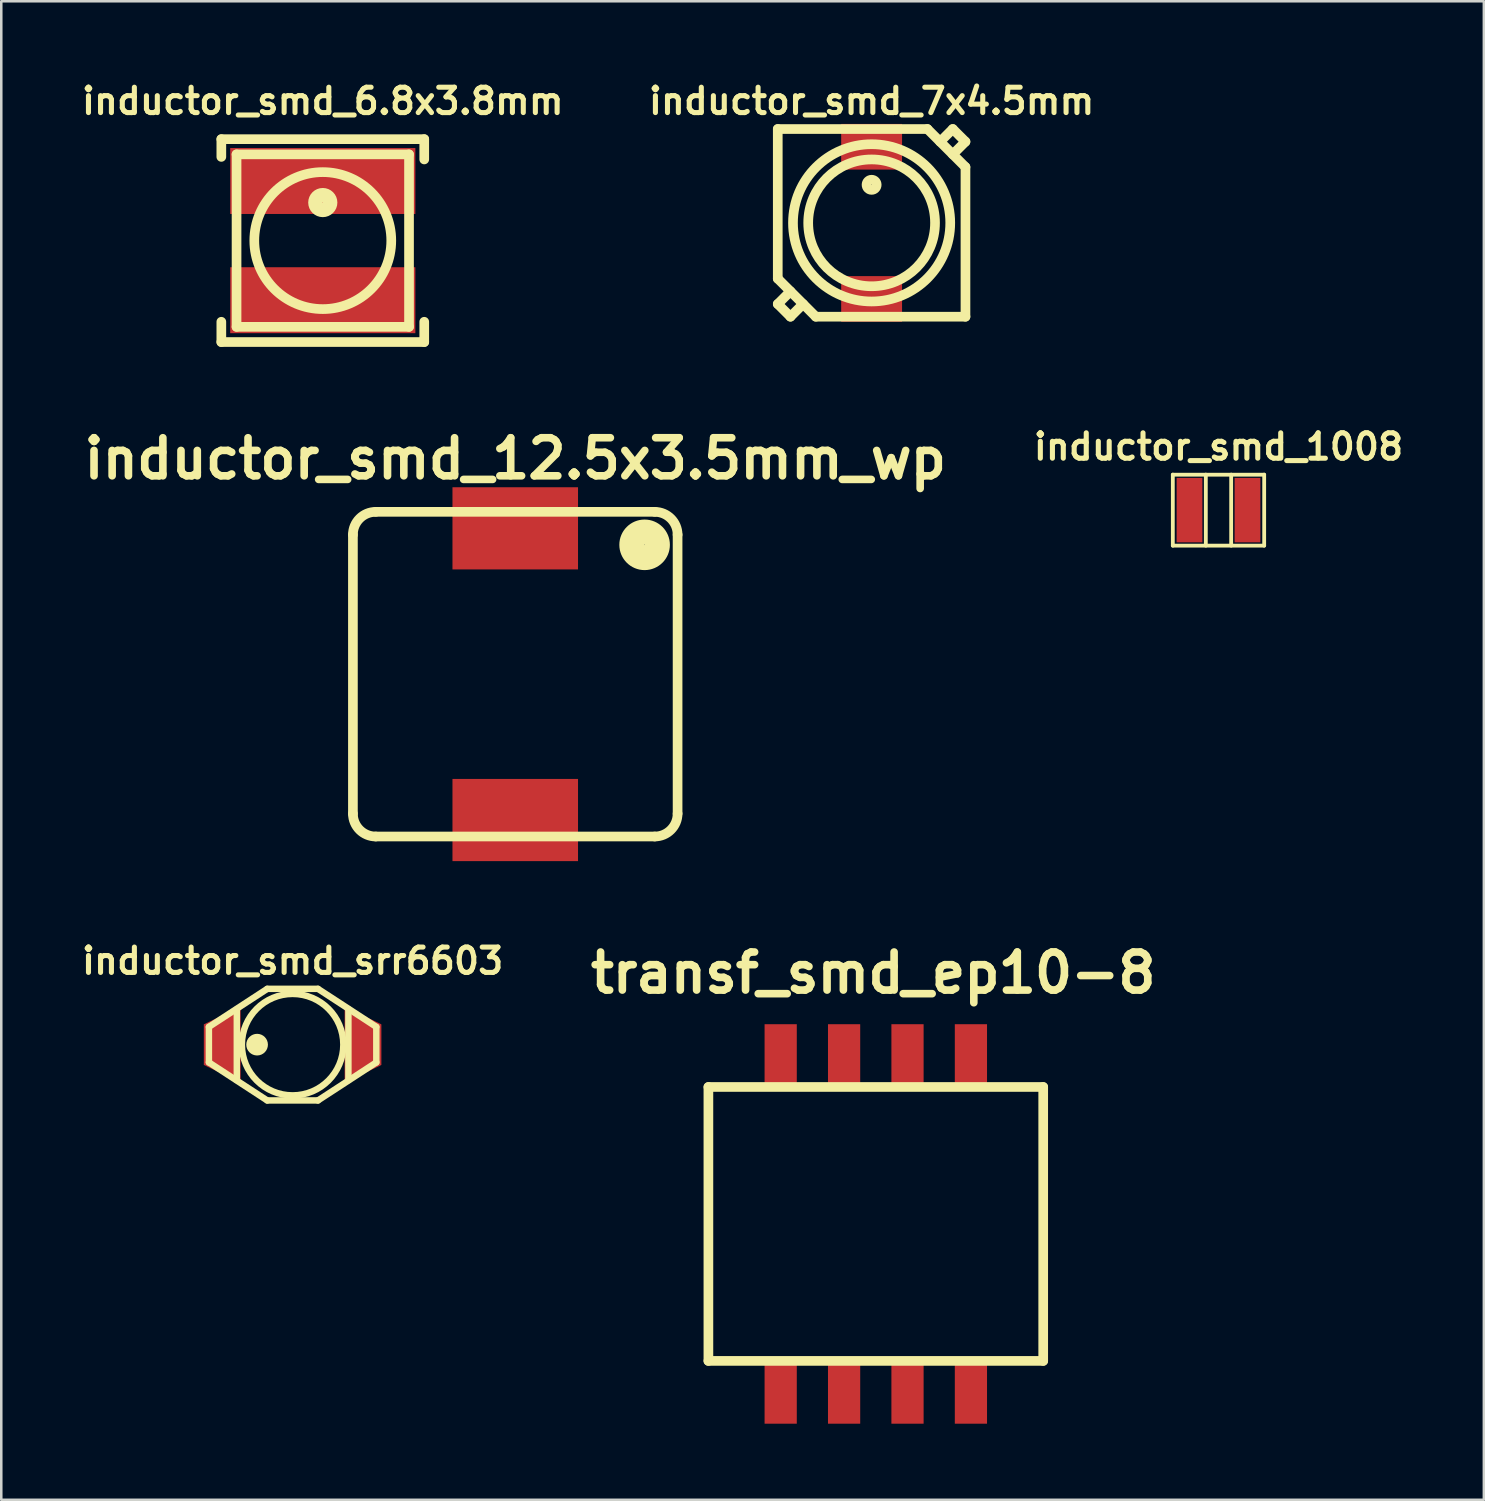
<source format=kicad_pcb>
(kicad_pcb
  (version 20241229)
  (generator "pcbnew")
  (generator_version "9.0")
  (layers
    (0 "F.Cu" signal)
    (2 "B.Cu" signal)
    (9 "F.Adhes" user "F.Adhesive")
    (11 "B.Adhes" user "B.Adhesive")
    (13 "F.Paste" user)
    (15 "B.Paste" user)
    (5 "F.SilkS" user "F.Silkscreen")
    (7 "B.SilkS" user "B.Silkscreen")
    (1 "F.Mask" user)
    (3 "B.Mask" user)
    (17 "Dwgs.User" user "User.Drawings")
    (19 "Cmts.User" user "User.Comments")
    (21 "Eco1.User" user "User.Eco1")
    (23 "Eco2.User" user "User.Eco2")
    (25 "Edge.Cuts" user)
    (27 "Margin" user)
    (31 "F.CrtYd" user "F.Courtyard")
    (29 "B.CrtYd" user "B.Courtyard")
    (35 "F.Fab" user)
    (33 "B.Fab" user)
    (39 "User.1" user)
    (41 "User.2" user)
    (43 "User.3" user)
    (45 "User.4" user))
  (footprint "inductor_smd_srr6603"
    (layer "F.Cu")
    (at 8.486 38.136)
    (property "Reference" "inductor_smd_srr6603" (at 0 -3.3 0) (layer "F.SilkS") (effects (font (size 1 1) (thickness 0.2))))
    (attr through_hole)
    (fp_line (start -3.3 -0.7) (end -1 -2.2) (stroke (width 0.254) (type solid)) (layer "F.SilkS"))
    (fp_line (start -3.3 0.7) (end -3.3 -0.7) (stroke (width 0.254) (type solid)) (layer "F.SilkS"))
    (fp_line (start -2.2 -1.4) (end -2.2 1.4) (stroke (width 0.254) (type solid)) (layer "F.SilkS"))
    (fp_line (start -1 -2.2) (end 1 -2.2) (stroke (width 0.254) (type solid)) (layer "F.SilkS"))
    (fp_line (start -1 2.2) (end -3.3 0.7) (stroke (width 0.254) (type solid)) (layer "F.SilkS"))
    (fp_line (start -1 2.2) (end 1 2.2) (stroke (width 0.254) (type solid)) (layer "F.SilkS"))
    (fp_line (start 1 -2.2) (end 3.3 -0.7) (stroke (width 0.254) (type solid)) (layer "F.SilkS"))
    (fp_line (start 1 2.2) (end 3.3 0.7) (stroke (width 0.254) (type solid)) (layer "F.SilkS"))
    (fp_line (start 2.2 1.4) (end 2.2 -1.4) (stroke (width 0.254) (type solid)) (layer "F.SilkS"))
    (fp_line (start 3.3 -0.7) (end 3.3 0.7) (stroke (width 0.254) (type solid)) (layer "F.SilkS"))
    (fp_circle (center -1.4 0) (end -1.1 0) (stroke (width 0.254) (type solid)) (fill no) (layer "F.SilkS"))
    (fp_circle (center 0 0) (end 2 0) (stroke (width 0.254) (type solid)) (fill no) (layer "F.SilkS"))
    (fp_poly (pts (xy -1.6 -0.2) (xy -1.4 -0.3) (xy -1.2 -0.2) (xy -1.2 0.1) (xy -1.3 0.2) (xy -1.5 0.2) (xy -1.6 0.1)) (stroke (width 0.15) (type solid)) (fill yes) (layer "F.SilkS"))
    (pad "1" smd trapezoid (at -2.775 0 90) (size 2.3 1.45) (rect_delta 0 0.7) (layers "F.Cu" "F.Mask" "F.Paste"))
    (pad "2" smd trapezoid (at 2.775 0 270) (size 2.3 1.45) (rect_delta 0 0.7) (layers "F.Cu" "F.Mask" "F.Paste")))
  (footprint "inductor_smd_12.5x3.5mm_wp"
    (layer "F.Cu")
    (at 17.264 23.53)
    (property "Reference" "inductor_smd_12.5x3.5mm_wp" (at 0 -8.5 0) (layer "F.SilkS") (effects (font (size 1.5 1.5) (thickness 0.3))))
    (attr through_hole)
    (fp_line (start -6.4 5.5) (end -6.4 -5.5) (stroke (width 0.381) (type solid)) (layer "F.SilkS"))
    (fp_line (start -5.5 -6.4) (end 5.5 -6.4) (stroke (width 0.381) (type solid)) (layer "F.SilkS"))
    (fp_line (start -5.5 6.4) (end 5.5 6.4) (stroke (width 0.381) (type solid)) (layer "F.SilkS"))
    (fp_line (start 6.4 -5.5) (end 6.4 5.5) (stroke (width 0.381) (type solid)) (layer "F.SilkS"))
    (fp_arc (start -6.4 -5.5) (mid -6.136396 -6.136396) (end -5.5 -6.4) (stroke (width 0.381) (type solid)) (layer "F.SilkS"))
    (fp_arc (start -5.5 6.4) (mid -6.136396 6.136396) (end -6.4 5.5) (stroke (width 0.381) (type solid)) (layer "F.SilkS"))
    (fp_arc (start 5.5 -6.4) (mid 6.136396 -6.136396) (end 6.4 -5.5) (stroke (width 0.381) (type solid)) (layer "F.SilkS"))
    (fp_arc (start 6.4 5.5) (mid 6.136396 6.136396) (end 5.5 6.4) (stroke (width 0.381) (type solid)) (layer "F.SilkS"))
    (fp_circle (center 5.1 -5.1) (end 5.3 -5.1) (stroke (width 0.381) (type solid)) (fill no) (layer "F.SilkS"))
    (fp_circle (center 5.1 -5.1) (end 5.6 -5.1) (stroke (width 0.381) (type solid)) (fill no) (layer "F.SilkS"))
    (fp_circle (center 5.1 -5.1) (end 5.9 -5) (stroke (width 0.381) (type solid)) (fill no) (layer "F.SilkS"))
    (pad "1" smd rect (at 0 -5.75) (size 4.95 3.24) (layers "F.Cu" "F.Mask" "F.Paste"))
    (pad "2" smd rect (at 0 5.75) (size 4.95 3.24) (layers "F.Cu" "F.Mask" "F.Paste")))
  (footprint "inductor_smd_1008"
    (layer "F.Cu")
    (at 44.99 17.062)
    (property "Reference" "inductor_smd_1008" (at 0 -2.5 0) (layer "F.SilkS") (effects (font (size 1 1) (thickness 0.2))))
    (attr through_hole)
    (fp_line (start -1.801 -1.397) (end 1.801 -1.397) (stroke (width 0.15) (type solid)) (layer "F.SilkS"))
    (fp_line (start -1.801 1.4) (end -1.801 -1.4) (stroke (width 0.15) (type solid)) (layer "F.SilkS"))
    (fp_line (start -0.5 -1.4) (end -0.5 1.4) (stroke (width 0.15) (type solid)) (layer "F.SilkS"))
    (fp_line (start 0.5 1.4) (end 0.5 -1.4) (stroke (width 0.15) (type solid)) (layer "F.SilkS"))
    (fp_line (start 1.801 -1.4) (end 1.801 1.4) (stroke (width 0.15) (type solid)) (layer "F.SilkS"))
    (fp_line (start 1.801 1.4) (end -1.801 1.4) (stroke (width 0.15) (type solid)) (layer "F.SilkS"))
    (pad "1" smd rect (at -1.143 0) (size 1.016 2.54) (layers "F.Cu" "F.Mask" "F.Paste"))
    (pad "2" smd rect (at 1.143 0) (size 1.016 2.54) (layers "F.Cu" "F.Mask" "F.Paste")))
  (footprint "inductor_smd_6.8x3.8mm"
    (layer "F.Cu")
    (at 9.676 6.436)
    (property "Reference" "inductor_smd_6.8x3.8mm" (at 0 -5.5 0) (layer "F.SilkS") (effects (font (size 1 1) (thickness 0.2))))
    (attr through_hole)
    (fp_line (start -4 -4) (end 4 -4) (stroke (width 0.381) (type solid)) (layer "F.SilkS"))
    (fp_line (start -4 -3.3) (end -4 -4) (stroke (width 0.381) (type solid)) (layer "F.SilkS"))
    (fp_line (start -4 3.2) (end -4 4) (stroke (width 0.381) (type solid)) (layer "F.SilkS"))
    (fp_line (start -4 4) (end 4 4) (stroke (width 0.381) (type solid)) (layer "F.SilkS"))
    (fp_line (start -3.4 -3.4) (end 3.4 -3.4) (stroke (width 0.381) (type solid)) (layer "F.SilkS"))
    (fp_line (start -3.4 3.4) (end -3.4 -3.4) (stroke (width 0.381) (type solid)) (layer "F.SilkS"))
    (fp_line (start 3.4 -3.4) (end 3.4 3.4) (stroke (width 0.381) (type solid)) (layer "F.SilkS"))
    (fp_line (start 3.4 3.4) (end -3.4 3.4) (stroke (width 0.381) (type solid)) (layer "F.SilkS"))
    (fp_line (start 4 -4) (end 4 -3.2) (stroke (width 0.381) (type solid)) (layer "F.SilkS"))
    (fp_line (start 4 4) (end 4 3.2) (stroke (width 0.381) (type solid)) (layer "F.SilkS"))
    (fp_circle (center 0 -1.5) (end 0 -1.3) (stroke (width 0.381) (type solid)) (fill no) (layer "F.SilkS"))
    (fp_circle (center 0 -1.5) (end 0.4 -1.5) (stroke (width 0.15) (type solid)) (fill no) (layer "F.SilkS"))
    (fp_circle (center 0 -1.5) (end 0.5 -1.5) (stroke (width 0.15) (type solid)) (fill no) (layer "F.SilkS"))
    (fp_circle (center 0 0) (end 2.7 0) (stroke (width 0.381) (type solid)) (fill no) (layer "F.SilkS"))
    (pad "1" smd rect (at 0 -2.35) (size 7.3 2.6) (layers "F.Cu" "F.Mask" "F.Paste"))
    (pad "2" smd rect (at 0 2.35) (size 7.3 2.6) (layers "F.Cu" "F.Mask" "F.Paste")))
  (footprint "inductor_smd_7x4.5mm"
    (layer "F.Cu")
    (at 31.314 5.736)
    (property "Reference" "inductor_smd_7x4.5mm" (at 0 -4.8 0) (layer "F.SilkS") (effects (font (size 1 1) (thickness 0.2))))
    (attr through_hole)
    (fp_line (start -3.7 -3.7) (end -3.7 2.2) (stroke (width 0.381) (type solid)) (layer "F.SilkS"))
    (fp_line (start -3.7 -3.7) (end 2.2 -3.7) (stroke (width 0.381) (type solid)) (layer "F.SilkS"))
    (fp_line (start -3.7 2.2) (end -2.2 3.7) (stroke (width 0.381) (type solid)) (layer "F.SilkS"))
    (fp_line (start -3.7 3.2) (end -3.2 3.7) (stroke (width 0.381) (type solid)) (layer "F.SilkS"))
    (fp_line (start -3.2 2.7) (end -3.7 3.2) (stroke (width 0.381) (type solid)) (layer "F.SilkS"))
    (fp_line (start -3.2 3.7) (end -2.7 3.2) (stroke (width 0.381) (type solid)) (layer "F.SilkS"))
    (fp_line (start -2.2 3.7) (end 3.7 3.7) (stroke (width 0.381) (type solid)) (layer "F.SilkS"))
    (fp_line (start 2.2 -3.7) (end 3.7 -2.2) (stroke (width 0.381) (type solid)) (layer "F.SilkS"))
    (fp_line (start 2.7 -3.2) (end 3.2 -3.7) (stroke (width 0.381) (type solid)) (layer "F.SilkS"))
    (fp_line (start 3.2 -3.7) (end 3.7 -3.2) (stroke (width 0.381) (type solid)) (layer "F.SilkS"))
    (fp_line (start 3.7 -3.2) (end 3.2 -2.7) (stroke (width 0.381) (type solid)) (layer "F.SilkS"))
    (fp_line (start 3.7 -2.2) (end 3.7 3.7) (stroke (width 0.381) (type solid)) (layer "F.SilkS"))
    (fp_circle (center 0 -1.5) (end 0.2 -1.5) (stroke (width 0.381) (type solid)) (fill no) (layer "F.SilkS"))
    (fp_circle (center 0 0) (end 2.5 0) (stroke (width 0.381) (type solid)) (fill no) (layer "F.SilkS"))
    (fp_circle (center 0 0) (end 3.1 0) (stroke (width 0.381) (type solid)) (fill no) (layer "F.SilkS"))
    (pad "1" smd rect (at 0 -3) (size 2.4 1.8) (layers "F.Cu" "F.Mask" "F.Paste"))
    (pad "2" smd rect (at 0 3) (size 2.4 1.8) (layers "F.Cu" "F.Mask" "F.Paste")))
  (footprint "transf_smd_ep10-8"
    (layer "F.Cu")
    (at 31.479 45.205)
    (property "Reference" "transf_smd_ep10-8" (at -0.1 -9.9 0) (layer "F.SilkS") (effects (font (size 1.5 1.5) (thickness 0.3))))
    (attr through_hole)
    (fp_line (start -6.6 -5.4) (end -6.6 5.4) (stroke (width 0.381) (type solid)) (layer "F.SilkS"))
    (fp_line (start -6.6 5.4) (end 6.6 5.4) (stroke (width 0.381) (type solid)) (layer "F.SilkS"))
    (fp_line (start 6.6 -5.4) (end -6.6 -5.4) (stroke (width 0.381) (type solid)) (layer "F.SilkS"))
    (fp_line (start 6.6 5.4) (end 6.6 -5.4) (stroke (width 0.381) (type solid)) (layer "F.SilkS"))
    (pad "1" smd rect (at 3.75 6.605) (size 1.27 2.54) (layers "F.Cu" "F.Mask" "F.Paste"))
    (pad "2" smd rect (at 1.25 6.605) (size 1.27 2.54) (layers "F.Cu" "F.Mask" "F.Paste"))
    (pad "3" smd rect (at -1.25 6.605) (size 1.27 2.54) (layers "F.Cu" "F.Mask" "F.Paste"))
    (pad "4" smd rect (at -3.75 6.605) (size 1.27 2.54) (layers "F.Cu" "F.Mask" "F.Paste"))
    (pad "5" smd rect (at -3.75 -6.605) (size 1.27 2.54) (layers "F.Cu" "F.Mask" "F.Paste"))
    (pad "6" smd rect (at -1.25 -6.605) (size 1.27 2.54) (layers "F.Cu" "F.Mask" "F.Paste"))
    (pad "7" smd rect (at 1.25 -6.605) (size 1.27 2.54) (layers "F.Cu" "F.Mask" "F.Paste"))
    (pad "8" smd rect (at 3.75 -6.605) (size 1.27 2.54) (layers "F.Cu" "F.Mask" "F.Paste")))
  (gr_rect
    (start -3 -3)
    (end 55.452 56.08)
    (stroke (width 0.1) (type default))
    (fill no)
    (layer "Edge.Cuts")))
</source>
